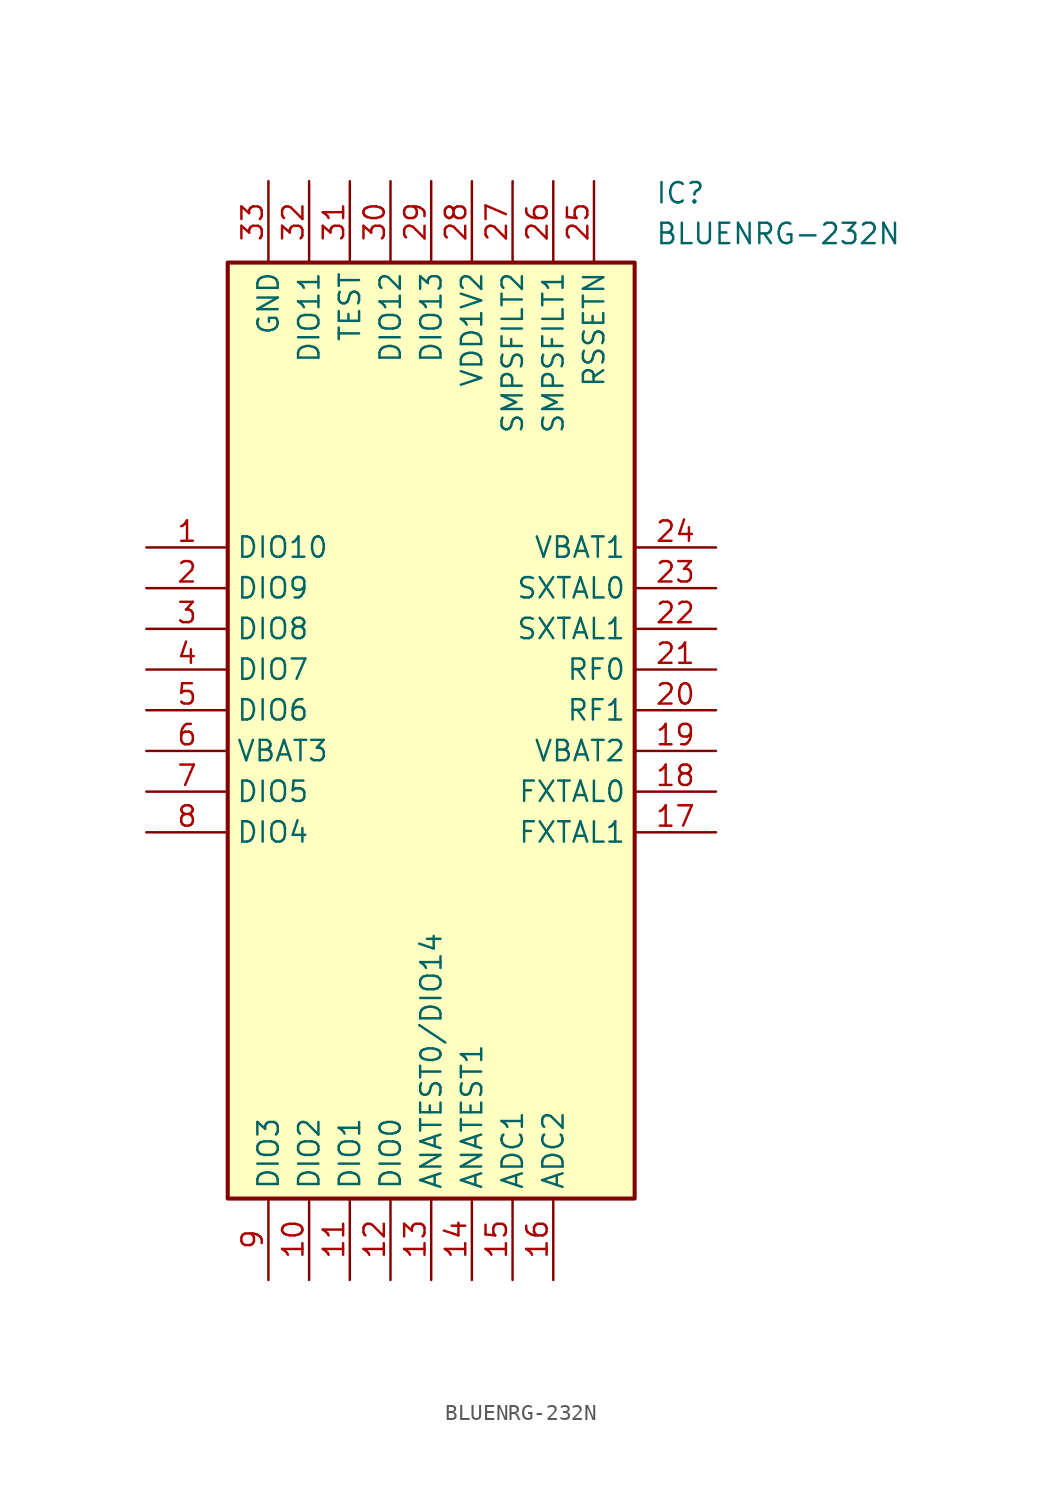
<source format=kicad_sym>
(kicad_symbol_lib
  (version 20211014)
  (generator SamacSys_ECAD_Model)
  (symbol "BLUENRG-232N"
    (property "Reference" "IC"
      (at 31.75 22.86 0)
      (effects (font (size 1.27 1.27)) (justify left top)))
    (property "Value" "BLUENRG-232N"
      (at 31.75 20.32 0)
      (effects (font (size 1.27 1.27)) (justify left top)))
    (rectangle
      (start 5.08 17.78)
      (end 30.48 -40.64)
      (stroke (width 0.254) (type default))
      (fill (type background)))
    (pin passive line
      (at 0 0 0)
      (length 5.08)
      (name "DIO10" (effects (font (size 1.27 1.27))))
      (number "1" (effects (font (size 1.27 1.27)))))
    (pin passive line
      (at 0 -2.54 0)
      (length 5.08)
      (name "DIO9" (effects (font (size 1.27 1.27))))
      (number "2" (effects (font (size 1.27 1.27)))))
    (pin passive line
      (at 0 -5.08 0)
      (length 5.08)
      (name "DIO8" (effects (font (size 1.27 1.27))))
      (number "3" (effects (font (size 1.27 1.27)))))
    (pin passive line
      (at 0 -7.62 0)
      (length 5.08)
      (name "DIO7" (effects (font (size 1.27 1.27))))
      (number "4" (effects (font (size 1.27 1.27)))))
    (pin passive line
      (at 0 -10.16 0)
      (length 5.08)
      (name "DIO6" (effects (font (size 1.27 1.27))))
      (number "5" (effects (font (size 1.27 1.27)))))
    (pin passive line
      (at 0 -12.7 0)
      (length 5.08)
      (name "VBAT3" (effects (font (size 1.27 1.27))))
      (number "6" (effects (font (size 1.27 1.27)))))
    (pin passive line
      (at 0 -15.24 0)
      (length 5.08)
      (name "DIO5" (effects (font (size 1.27 1.27))))
      (number "7" (effects (font (size 1.27 1.27)))))
    (pin passive line
      (at 0 -17.78 0)
      (length 5.08)
      (name "DIO4" (effects (font (size 1.27 1.27))))
      (number "8" (effects (font (size 1.27 1.27)))))
    (pin passive line
      (at 7.62 -45.72 90)
      (length 5.08)
      (name "DIO3" (effects (font (size 1.27 1.27))))
      (number "9" (effects (font (size 1.27 1.27)))))
    (pin passive line
      (at 10.16 -45.72 90)
      (length 5.08)
      (name "DIO2" (effects (font (size 1.27 1.27))))
      (number "10" (effects (font (size 1.27 1.27)))))
    (pin passive line
      (at 12.7 -45.72 90)
      (length 5.08)
      (name "DIO1" (effects (font (size 1.27 1.27))))
      (number "11" (effects (font (size 1.27 1.27)))))
    (pin passive line
      (at 15.24 -45.72 90)
      (length 5.08)
      (name "DIO0" (effects (font (size 1.27 1.27))))
      (number "12" (effects (font (size 1.27 1.27)))))
    (pin passive line
      (at 17.78 -45.72 90)
      (length 5.08)
      (name "ANATEST0/DIO14" (effects (font (size 1.27 1.27))))
      (number "13" (effects (font (size 1.27 1.27)))))
    (pin passive line
      (at 20.32 -45.72 90)
      (length 5.08)
      (name "ANATEST1" (effects (font (size 1.27 1.27))))
      (number "14" (effects (font (size 1.27 1.27)))))
    (pin passive line
      (at 22.86 -45.72 90)
      (length 5.08)
      (name "ADC1" (effects (font (size 1.27 1.27))))
      (number "15" (effects (font (size 1.27 1.27)))))
    (pin passive line
      (at 25.4 -45.72 90)
      (length 5.08)
      (name "ADC2" (effects (font (size 1.27 1.27))))
      (number "16" (effects (font (size 1.27 1.27)))))
    (pin passive line
      (at 35.56 0 180)
      (length 5.08)
      (name "VBAT1" (effects (font (size 1.27 1.27))))
      (number "24" (effects (font (size 1.27 1.27)))))
    (pin passive line
      (at 35.56 -2.54 180)
      (length 5.08)
      (name "SXTAL0" (effects (font (size 1.27 1.27))))
      (number "23" (effects (font (size 1.27 1.27)))))
    (pin passive line
      (at 35.56 -5.08 180)
      (length 5.08)
      (name "SXTAL1" (effects (font (size 1.27 1.27))))
      (number "22" (effects (font (size 1.27 1.27)))))
    (pin passive line
      (at 35.56 -7.62 180)
      (length 5.08)
      (name "RF0" (effects (font (size 1.27 1.27))))
      (number "21" (effects (font (size 1.27 1.27)))))
    (pin passive line
      (at 35.56 -10.16 180)
      (length 5.08)
      (name "RF1" (effects (font (size 1.27 1.27))))
      (number "20" (effects (font (size 1.27 1.27)))))
    (pin passive line
      (at 35.56 -12.7 180)
      (length 5.08)
      (name "VBAT2" (effects (font (size 1.27 1.27))))
      (number "19" (effects (font (size 1.27 1.27)))))
    (pin passive line
      (at 35.56 -15.24 180)
      (length 5.08)
      (name "FXTAL0" (effects (font (size 1.27 1.27))))
      (number "18" (effects (font (size 1.27 1.27)))))
    (pin passive line
      (at 35.56 -17.78 180)
      (length 5.08)
      (name "FXTAL1" (effects (font (size 1.27 1.27))))
      (number "17" (effects (font (size 1.27 1.27)))))
    (pin passive line
      (at 7.62 22.86 270)
      (length 5.08)
      (name "GND" (effects (font (size 1.27 1.27))))
      (number "33" (effects (font (size 1.27 1.27)))))
    (pin passive line
      (at 10.16 22.86 270)
      (length 5.08)
      (name "DIO11" (effects (font (size 1.27 1.27))))
      (number "32" (effects (font (size 1.27 1.27)))))
    (pin passive line
      (at 12.7 22.86 270)
      (length 5.08)
      (name "TEST" (effects (font (size 1.27 1.27))))
      (number "31" (effects (font (size 1.27 1.27)))))
    (pin passive line
      (at 15.24 22.86 270)
      (length 5.08)
      (name "DIO12" (effects (font (size 1.27 1.27))))
      (number "30" (effects (font (size 1.27 1.27)))))
    (pin passive line
      (at 17.78 22.86 270)
      (length 5.08)
      (name "DIO13" (effects (font (size 1.27 1.27))))
      (number "29" (effects (font (size 1.27 1.27)))))
    (pin passive line
      (at 20.32 22.86 270)
      (length 5.08)
      (name "VDD1V2" (effects (font (size 1.27 1.27))))
      (number "28" (effects (font (size 1.27 1.27)))))
    (pin passive line
      (at 22.86 22.86 270)
      (length 5.08)
      (name "SMPSFILT2" (effects (font (size 1.27 1.27))))
      (number "27" (effects (font (size 1.27 1.27)))))
    (pin passive line
      (at 25.4 22.86 270)
      (length 5.08)
      (name "SMPSFILT1" (effects (font (size 1.27 1.27))))
      (number "26" (effects (font (size 1.27 1.27)))))
    (pin passive line
      (at 27.94 22.86 270)
      (length 5.08)
      (name "RSSETN" (effects (font (size 1.27 1.27))))
      (number "25" (effects (font (size 1.27 1.27)))))))
</source>
